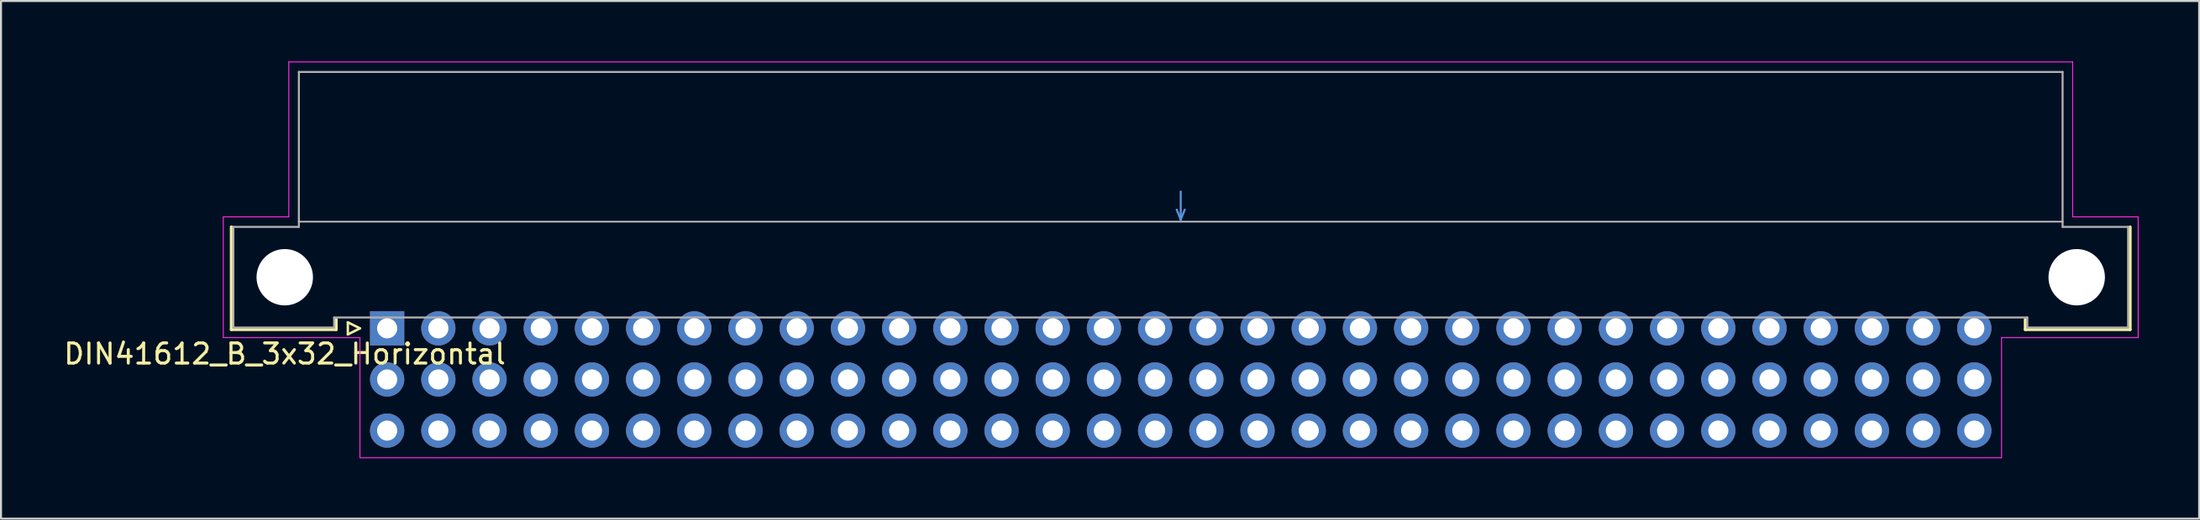
<source format=kicad_pcb>
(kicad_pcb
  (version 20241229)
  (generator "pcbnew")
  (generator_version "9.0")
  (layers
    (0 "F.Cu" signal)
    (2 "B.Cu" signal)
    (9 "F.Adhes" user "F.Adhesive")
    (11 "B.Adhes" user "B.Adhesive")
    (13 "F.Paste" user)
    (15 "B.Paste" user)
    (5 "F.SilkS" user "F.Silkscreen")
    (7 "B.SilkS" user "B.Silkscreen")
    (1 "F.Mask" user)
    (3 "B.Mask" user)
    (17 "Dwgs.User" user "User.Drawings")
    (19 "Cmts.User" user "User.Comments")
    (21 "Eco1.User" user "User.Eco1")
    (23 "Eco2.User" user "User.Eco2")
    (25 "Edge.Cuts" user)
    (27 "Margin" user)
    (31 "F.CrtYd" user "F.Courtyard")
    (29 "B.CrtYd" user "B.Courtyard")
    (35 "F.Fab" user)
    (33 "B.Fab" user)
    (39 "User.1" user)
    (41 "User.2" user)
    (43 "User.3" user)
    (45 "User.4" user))
  (footprint "DIN41612_B_3x32_Horizontal"
    (layer "F.Cu")
    (at 16.157 13.265)
    (property "Reference" "DIN41612_B_3x32_Horizontal" (at -5.08 1.27 180) (layer "F.SilkS") (effects (font (size 1 1) (thickness 0.15))))
    (attr through_hole)
    (fp_line (start -7.73 0.06) (end -7.73 -5.04) (stroke (width 0.15) (type solid)) (layer "F.SilkS"))
    (fp_line (start -2.53 -0.44) (end -2.53 0.06) (stroke (width 0.15) (type solid)) (layer "F.SilkS"))
    (fp_line (start -2.53 0.06) (end -7.73 0.06) (stroke (width 0.15) (type solid)) (layer "F.SilkS"))
    (fp_line (start -1.95 -0.3) (end -1.95 0.3) (stroke (width 0.12) (type solid)) (layer "F.SilkS"))
    (fp_line (start -1.95 0.3) (end -1.35 0) (stroke (width 0.12) (type solid)) (layer "F.SilkS"))
    (fp_line (start -1.35 0) (end -1.95 -0.3) (stroke (width 0.12) (type solid)) (layer "F.SilkS"))
    (fp_line (start 81.27 -0.44) (end 81.27 0.06) (stroke (width 0.15) (type solid)) (layer "F.SilkS"))
    (fp_line (start 81.27 0.06) (end 86.47 0.06) (stroke (width 0.15) (type solid)) (layer "F.SilkS"))
    (fp_line (start 86.47 0.06) (end 86.47 -5.04) (stroke (width 0.15) (type solid)) (layer "F.SilkS"))
    (fp_line (start -4.38 -5.3) (end 83.12 -5.3) (stroke (width 0.08) (type solid)) (layer "Dwgs.User"))
    (fp_line (start 39.17 -5.9) (end 39.37 -5.4) (stroke (width 0.1) (type solid)) (layer "Cmts.User"))
    (fp_line (start 39.37 -6.8) (end 39.37 -5.4) (stroke (width 0.1) (type solid)) (layer "Cmts.User"))
    (fp_line (start 39.37 -5.4) (end 39.57 -5.9) (stroke (width 0.1) (type solid)) (layer "Cmts.User"))
    (fp_line (start -8.13 -5.54) (end -4.88 -5.54) (stroke (width 0.05) (type solid)) (layer "F.CrtYd"))
    (fp_line (start -8.13 0.46) (end -8.13 -5.54) (stroke (width 0.05) (type solid)) (layer "F.CrtYd"))
    (fp_line (start -4.88 -13.24) (end 83.62 -13.24) (stroke (width 0.05) (type solid)) (layer "F.CrtYd"))
    (fp_line (start -4.88 -5.54) (end -4.88 -13.24) (stroke (width 0.05) (type solid)) (layer "F.CrtYd"))
    (fp_line (start -1.35 0.46) (end -8.13 0.46) (stroke (width 0.05) (type solid)) (layer "F.CrtYd"))
    (fp_line (start -1.35 0.46) (end -1.35 6.43) (stroke (width 0.05) (type solid)) (layer "F.CrtYd"))
    (fp_line (start 80.09 0.46) (end 80.09 6.43) (stroke (width 0.05) (type solid)) (layer "F.CrtYd"))
    (fp_line (start 80.09 6.43) (end -1.35 6.43) (stroke (width 0.05) (type solid)) (layer "F.CrtYd"))
    (fp_line (start 80.87 0.46) (end 80.09 0.46) (stroke (width 0.05) (type solid)) (layer "F.CrtYd"))
    (fp_line (start 83.62 -13.24) (end 83.62 -5.54) (stroke (width 0.05) (type solid)) (layer "F.CrtYd"))
    (fp_line (start 83.62 -5.54) (end 86.87 -5.54) (stroke (width 0.05) (type solid)) (layer "F.CrtYd"))
    (fp_line (start 86.87 -5.54) (end 86.87 0.46) (stroke (width 0.05) (type solid)) (layer "F.CrtYd"))
    (fp_line (start 86.87 0.46) (end 80.87 0.46) (stroke (width 0.05) (type solid)) (layer "F.CrtYd"))
    (fp_line (start -7.63 -5.04) (end -4.38 -5.04) (stroke (width 0.1) (type solid)) (layer "F.Fab"))
    (fp_line (start -7.63 -0.04) (end -7.63 -5.04) (stroke (width 0.1) (type solid)) (layer "F.Fab"))
    (fp_line (start -4.38 -12.74) (end 83.12 -12.74) (stroke (width 0.1) (type solid)) (layer "F.Fab"))
    (fp_line (start -4.38 -5.04) (end -4.38 -12.74) (stroke (width 0.1) (type solid)) (layer "F.Fab"))
    (fp_line (start -2.63 -0.54) (end -2.63 -0.04) (stroke (width 0.1) (type solid)) (layer "F.Fab"))
    (fp_line (start -2.63 -0.04) (end -7.63 -0.04) (stroke (width 0.1) (type solid)) (layer "F.Fab"))
    (fp_line (start 81.37 -0.54) (end -2.63 -0.54) (stroke (width 0.1) (type solid)) (layer "F.Fab"))
    (fp_line (start 81.37 -0.04) (end 81.37 -0.54) (stroke (width 0.1) (type solid)) (layer "F.Fab"))
    (fp_line (start 83.12 -12.74) (end 83.12 -5.04) (stroke (width 0.1) (type solid)) (layer "F.Fab"))
    (fp_line (start 83.12 -5.04) (end 86.37 -5.04) (stroke (width 0.1) (type solid)) (layer "F.Fab"))
    (fp_line (start 86.37 -5.04) (end 86.37 -0.04) (stroke (width 0.1) (type solid)) (layer "F.Fab"))
    (fp_line (start 86.37 -0.04) (end 81.37 -0.04) (stroke (width 0.1) (type solid)) (layer "F.Fab"))
    (pad "" np_thru_hole circle (at -5.08 -2.54) (size 2.8 2.8) (drill 2.8) (layers "*.Cu" "*.Mask"))
    (pad "" np_thru_hole circle (at 83.82 -2.54) (size 2.8 2.8) (drill 2.8) (layers "*.Cu" "*.Mask"))
    (pad "A1" thru_hole rect (at 0 0) (size 1.7 1.7) (drill 1) (layers "*.Cu" "*.Mask"))
    (pad "A2" thru_hole circle (at 2.54 0) (size 1.7 1.7) (drill 1) (layers "*.Cu" "*.Mask"))
    (pad "A3" thru_hole circle (at 5.08 0) (size 1.7 1.7) (drill 1) (layers "*.Cu" "*.Mask"))
    (pad "A4" thru_hole circle (at 7.62 0) (size 1.7 1.7) (drill 1) (layers "*.Cu" "*.Mask"))
    (pad "A5" thru_hole circle (at 10.16 0) (size 1.7 1.7) (drill 1) (layers "*.Cu" "*.Mask"))
    (pad "A6" thru_hole circle (at 12.7 0) (size 1.7 1.7) (drill 1) (layers "*.Cu" "*.Mask"))
    (pad "A7" thru_hole circle (at 15.24 0) (size 1.7 1.7) (drill 1) (layers "*.Cu" "*.Mask"))
    (pad "A8" thru_hole circle (at 17.78 0) (size 1.7 1.7) (drill 1) (layers "*.Cu" "*.Mask"))
    (pad "A9" thru_hole circle (at 20.32 0) (size 1.7 1.7) (drill 1) (layers "*.Cu" "*.Mask"))
    (pad "A10" thru_hole circle (at 22.86 0) (size 1.7 1.7) (drill 1) (layers "*.Cu" "*.Mask"))
    (pad "A11" thru_hole circle (at 25.4 0) (size 1.7 1.7) (drill 1) (layers "*.Cu" "*.Mask"))
    (pad "A12" thru_hole circle (at 27.94 0) (size 1.7 1.7) (drill 1) (layers "*.Cu" "*.Mask"))
    (pad "A13" thru_hole circle (at 30.48 0) (size 1.7 1.7) (drill 1) (layers "*.Cu" "*.Mask"))
    (pad "A14" thru_hole circle (at 33.02 0) (size 1.7 1.7) (drill 1) (layers "*.Cu" "*.Mask"))
    (pad "A15" thru_hole circle (at 35.56 0) (size 1.7 1.7) (drill 1) (layers "*.Cu" "*.Mask"))
    (pad "A16" thru_hole circle (at 38.1 0) (size 1.7 1.7) (drill 1) (layers "*.Cu" "*.Mask"))
    (pad "A17" thru_hole circle (at 40.64 0) (size 1.7 1.7) (drill 1) (layers "*.Cu" "*.Mask"))
    (pad "A18" thru_hole circle (at 43.18 0) (size 1.7 1.7) (drill 1) (layers "*.Cu" "*.Mask"))
    (pad "A19" thru_hole circle (at 45.72 0) (size 1.7 1.7) (drill 1) (layers "*.Cu" "*.Mask"))
    (pad "A20" thru_hole circle (at 48.26 0) (size 1.7 1.7) (drill 1) (layers "*.Cu" "*.Mask"))
    (pad "A21" thru_hole circle (at 50.8 0) (size 1.7 1.7) (drill 1) (layers "*.Cu" "*.Mask"))
    (pad "A22" thru_hole circle (at 53.34 0) (size 1.7 1.7) (drill 1) (layers "*.Cu" "*.Mask"))
    (pad "A23" thru_hole circle (at 55.88 0) (size 1.7 1.7) (drill 1) (layers "*.Cu" "*.Mask"))
    (pad "A24" thru_hole circle (at 58.42 0) (size 1.7 1.7) (drill 1) (layers "*.Cu" "*.Mask"))
    (pad "A25" thru_hole circle (at 60.96 0) (size 1.7 1.7) (drill 1) (layers "*.Cu" "*.Mask"))
    (pad "A26" thru_hole circle (at 63.5 0) (size 1.7 1.7) (drill 1) (layers "*.Cu" "*.Mask"))
    (pad "A27" thru_hole circle (at 66.04 0) (size 1.7 1.7) (drill 1) (layers "*.Cu" "*.Mask"))
    (pad "A28" thru_hole circle (at 68.58 0) (size 1.7 1.7) (drill 1) (layers "*.Cu" "*.Mask"))
    (pad "A29" thru_hole circle (at 71.12 0) (size 1.7 1.7) (drill 1) (layers "*.Cu" "*.Mask"))
    (pad "A30" thru_hole circle (at 73.66 0) (size 1.7 1.7) (drill 1) (layers "*.Cu" "*.Mask"))
    (pad "A31" thru_hole circle (at 76.2 0) (size 1.7 1.7) (drill 1) (layers "*.Cu" "*.Mask"))
    (pad "A32" thru_hole circle (at 78.74 0) (size 1.7 1.7) (drill 1) (layers "*.Cu" "*.Mask"))
    (pad "B1" thru_hole circle (at 0 2.54) (size 1.7 1.7) (drill 1) (layers "*.Cu" "*.Mask"))
    (pad "B2" thru_hole circle (at 2.54 2.54) (size 1.7 1.7) (drill 1) (layers "*.Cu" "*.Mask"))
    (pad "B3" thru_hole circle (at 5.08 2.54) (size 1.7 1.7) (drill 1) (layers "*.Cu" "*.Mask"))
    (pad "B4" thru_hole circle (at 7.62 2.54) (size 1.7 1.7) (drill 1) (layers "*.Cu" "*.Mask"))
    (pad "B5" thru_hole circle (at 10.16 2.54) (size 1.7 1.7) (drill 1) (layers "*.Cu" "*.Mask"))
    (pad "B6" thru_hole circle (at 12.7 2.54) (size 1.7 1.7) (drill 1) (layers "*.Cu" "*.Mask"))
    (pad "B7" thru_hole circle (at 15.24 2.54) (size 1.7 1.7) (drill 1) (layers "*.Cu" "*.Mask"))
    (pad "B8" thru_hole circle (at 17.78 2.54) (size 1.7 1.7) (drill 1) (layers "*.Cu" "*.Mask"))
    (pad "B9" thru_hole circle (at 20.32 2.54) (size 1.7 1.7) (drill 1) (layers "*.Cu" "*.Mask"))
    (pad "B10" thru_hole circle (at 22.86 2.54) (size 1.7 1.7) (drill 1) (layers "*.Cu" "*.Mask"))
    (pad "B11" thru_hole circle (at 25.4 2.54) (size 1.7 1.7) (drill 1) (layers "*.Cu" "*.Mask"))
    (pad "B12" thru_hole circle (at 27.94 2.54) (size 1.7 1.7) (drill 1) (layers "*.Cu" "*.Mask"))
    (pad "B13" thru_hole circle (at 30.48 2.54) (size 1.7 1.7) (drill 1) (layers "*.Cu" "*.Mask"))
    (pad "B14" thru_hole circle (at 33.02 2.54) (size 1.7 1.7) (drill 1) (layers "*.Cu" "*.Mask"))
    (pad "B15" thru_hole circle (at 35.56 2.54) (size 1.7 1.7) (drill 1) (layers "*.Cu" "*.Mask"))
    (pad "B16" thru_hole circle (at 38.1 2.54) (size 1.7 1.7) (drill 1) (layers "*.Cu" "*.Mask"))
    (pad "B17" thru_hole circle (at 40.64 2.54) (size 1.7 1.7) (drill 1) (layers "*.Cu" "*.Mask"))
    (pad "B18" thru_hole circle (at 43.18 2.54) (size 1.7 1.7) (drill 1) (layers "*.Cu" "*.Mask"))
    (pad "B19" thru_hole circle (at 45.72 2.54) (size 1.7 1.7) (drill 1) (layers "*.Cu" "*.Mask"))
    (pad "B20" thru_hole circle (at 48.26 2.54) (size 1.7 1.7) (drill 1) (layers "*.Cu" "*.Mask"))
    (pad "B21" thru_hole circle (at 50.8 2.54) (size 1.7 1.7) (drill 1) (layers "*.Cu" "*.Mask"))
    (pad "B22" thru_hole circle (at 53.34 2.54) (size 1.7 1.7) (drill 1) (layers "*.Cu" "*.Mask"))
    (pad "B23" thru_hole circle (at 55.88 2.54) (size 1.7 1.7) (drill 1) (layers "*.Cu" "*.Mask"))
    (pad "B24" thru_hole circle (at 58.42 2.54) (size 1.7 1.7) (drill 1) (layers "*.Cu" "*.Mask"))
    (pad "B25" thru_hole circle (at 60.96 2.54) (size 1.7 1.7) (drill 1) (layers "*.Cu" "*.Mask"))
    (pad "B26" thru_hole circle (at 63.5 2.54) (size 1.7 1.7) (drill 1) (layers "*.Cu" "*.Mask"))
    (pad "B27" thru_hole circle (at 66.04 2.54) (size 1.7 1.7) (drill 1) (layers "*.Cu" "*.Mask"))
    (pad "B28" thru_hole circle (at 68.58 2.54) (size 1.7 1.7) (drill 1) (layers "*.Cu" "*.Mask"))
    (pad "B29" thru_hole circle (at 71.12 2.54) (size 1.7 1.7) (drill 1) (layers "*.Cu" "*.Mask"))
    (pad "B30" thru_hole circle (at 73.66 2.54) (size 1.7 1.7) (drill 1) (layers "*.Cu" "*.Mask"))
    (pad "B31" thru_hole circle (at 76.2 2.54) (size 1.7 1.7) (drill 1) (layers "*.Cu" "*.Mask"))
    (pad "B32" thru_hole circle (at 78.74 2.54) (size 1.7 1.7) (drill 1) (layers "*.Cu" "*.Mask"))
    (pad "C1" thru_hole circle (at 0 5.08) (size 1.7 1.7) (drill 1) (layers "*.Cu" "*.Mask"))
    (pad "C2" thru_hole circle (at 2.54 5.08) (size 1.7 1.7) (drill 1) (layers "*.Cu" "*.Mask"))
    (pad "C3" thru_hole circle (at 5.08 5.08) (size 1.7 1.7) (drill 1) (layers "*.Cu" "*.Mask"))
    (pad "C4" thru_hole circle (at 7.62 5.08) (size 1.7 1.7) (drill 1) (layers "*.Cu" "*.Mask"))
    (pad "C5" thru_hole circle (at 10.16 5.08) (size 1.7 1.7) (drill 1) (layers "*.Cu" "*.Mask"))
    (pad "C6" thru_hole circle (at 12.7 5.08) (size 1.7 1.7) (drill 1) (layers "*.Cu" "*.Mask"))
    (pad "C7" thru_hole circle (at 15.24 5.08) (size 1.7 1.7) (drill 1) (layers "*.Cu" "*.Mask"))
    (pad "C8" thru_hole circle (at 17.78 5.08) (size 1.7 1.7) (drill 1) (layers "*.Cu" "*.Mask"))
    (pad "C9" thru_hole circle (at 20.32 5.08) (size 1.7 1.7) (drill 1) (layers "*.Cu" "*.Mask"))
    (pad "C10" thru_hole circle (at 22.86 5.08) (size 1.7 1.7) (drill 1) (layers "*.Cu" "*.Mask"))
    (pad "C11" thru_hole circle (at 25.4 5.08) (size 1.7 1.7) (drill 1) (layers "*.Cu" "*.Mask"))
    (pad "C12" thru_hole circle (at 27.94 5.08) (size 1.7 1.7) (drill 1) (layers "*.Cu" "*.Mask"))
    (pad "C13" thru_hole circle (at 30.48 5.08) (size 1.7 1.7) (drill 1) (layers "*.Cu" "*.Mask"))
    (pad "C14" thru_hole circle (at 33.02 5.08) (size 1.7 1.7) (drill 1) (layers "*.Cu" "*.Mask"))
    (pad "C15" thru_hole circle (at 35.56 5.08) (size 1.7 1.7) (drill 1) (layers "*.Cu" "*.Mask"))
    (pad "C16" thru_hole circle (at 38.1 5.08) (size 1.7 1.7) (drill 1) (layers "*.Cu" "*.Mask"))
    (pad "C17" thru_hole circle (at 40.64 5.08) (size 1.7 1.7) (drill 1) (layers "*.Cu" "*.Mask"))
    (pad "C18" thru_hole circle (at 43.18 5.08) (size 1.7 1.7) (drill 1) (layers "*.Cu" "*.Mask"))
    (pad "C19" thru_hole circle (at 45.72 5.08) (size 1.7 1.7) (drill 1) (layers "*.Cu" "*.Mask"))
    (pad "C20" thru_hole circle (at 48.26 5.08) (size 1.7 1.7) (drill 1) (layers "*.Cu" "*.Mask"))
    (pad "C21" thru_hole circle (at 50.8 5.08) (size 1.7 1.7) (drill 1) (layers "*.Cu" "*.Mask"))
    (pad "C22" thru_hole circle (at 53.34 5.08) (size 1.7 1.7) (drill 1) (layers "*.Cu" "*.Mask"))
    (pad "C23" thru_hole circle (at 55.88 5.08) (size 1.7 1.7) (drill 1) (layers "*.Cu" "*.Mask"))
    (pad "C24" thru_hole circle (at 58.42 5.08) (size 1.7 1.7) (drill 1) (layers "*.Cu" "*.Mask"))
    (pad "C25" thru_hole circle (at 60.96 5.08) (size 1.7 1.7) (drill 1) (layers "*.Cu" "*.Mask"))
    (pad "C26" thru_hole circle (at 63.5 5.08) (size 1.7 1.7) (drill 1) (layers "*.Cu" "*.Mask"))
    (pad "C27" thru_hole circle (at 66.04 5.08) (size 1.7 1.7) (drill 1) (layers "*.Cu" "*.Mask"))
    (pad "C28" thru_hole circle (at 68.58 5.08) (size 1.7 1.7) (drill 1) (layers "*.Cu" "*.Mask"))
    (pad "C29" thru_hole circle (at 71.12 5.08) (size 1.7 1.7) (drill 1) (layers "*.Cu" "*.Mask"))
    (pad "C30" thru_hole circle (at 73.66 5.08) (size 1.7 1.7) (drill 1) (layers "*.Cu" "*.Mask"))
    (pad "C31" thru_hole circle (at 76.2 5.08) (size 1.7 1.7) (drill 1) (layers "*.Cu" "*.Mask"))
    (pad "C32" thru_hole circle (at 78.74 5.08) (size 1.7 1.7) (drill 1) (layers "*.Cu" "*.Mask")))
  (gr_rect
    (start -3 -3)
    (end 106.052 22.72)
    (stroke (width 0.1) (type default))
    (fill no)
    (layer "Edge.Cuts")))
</source>
